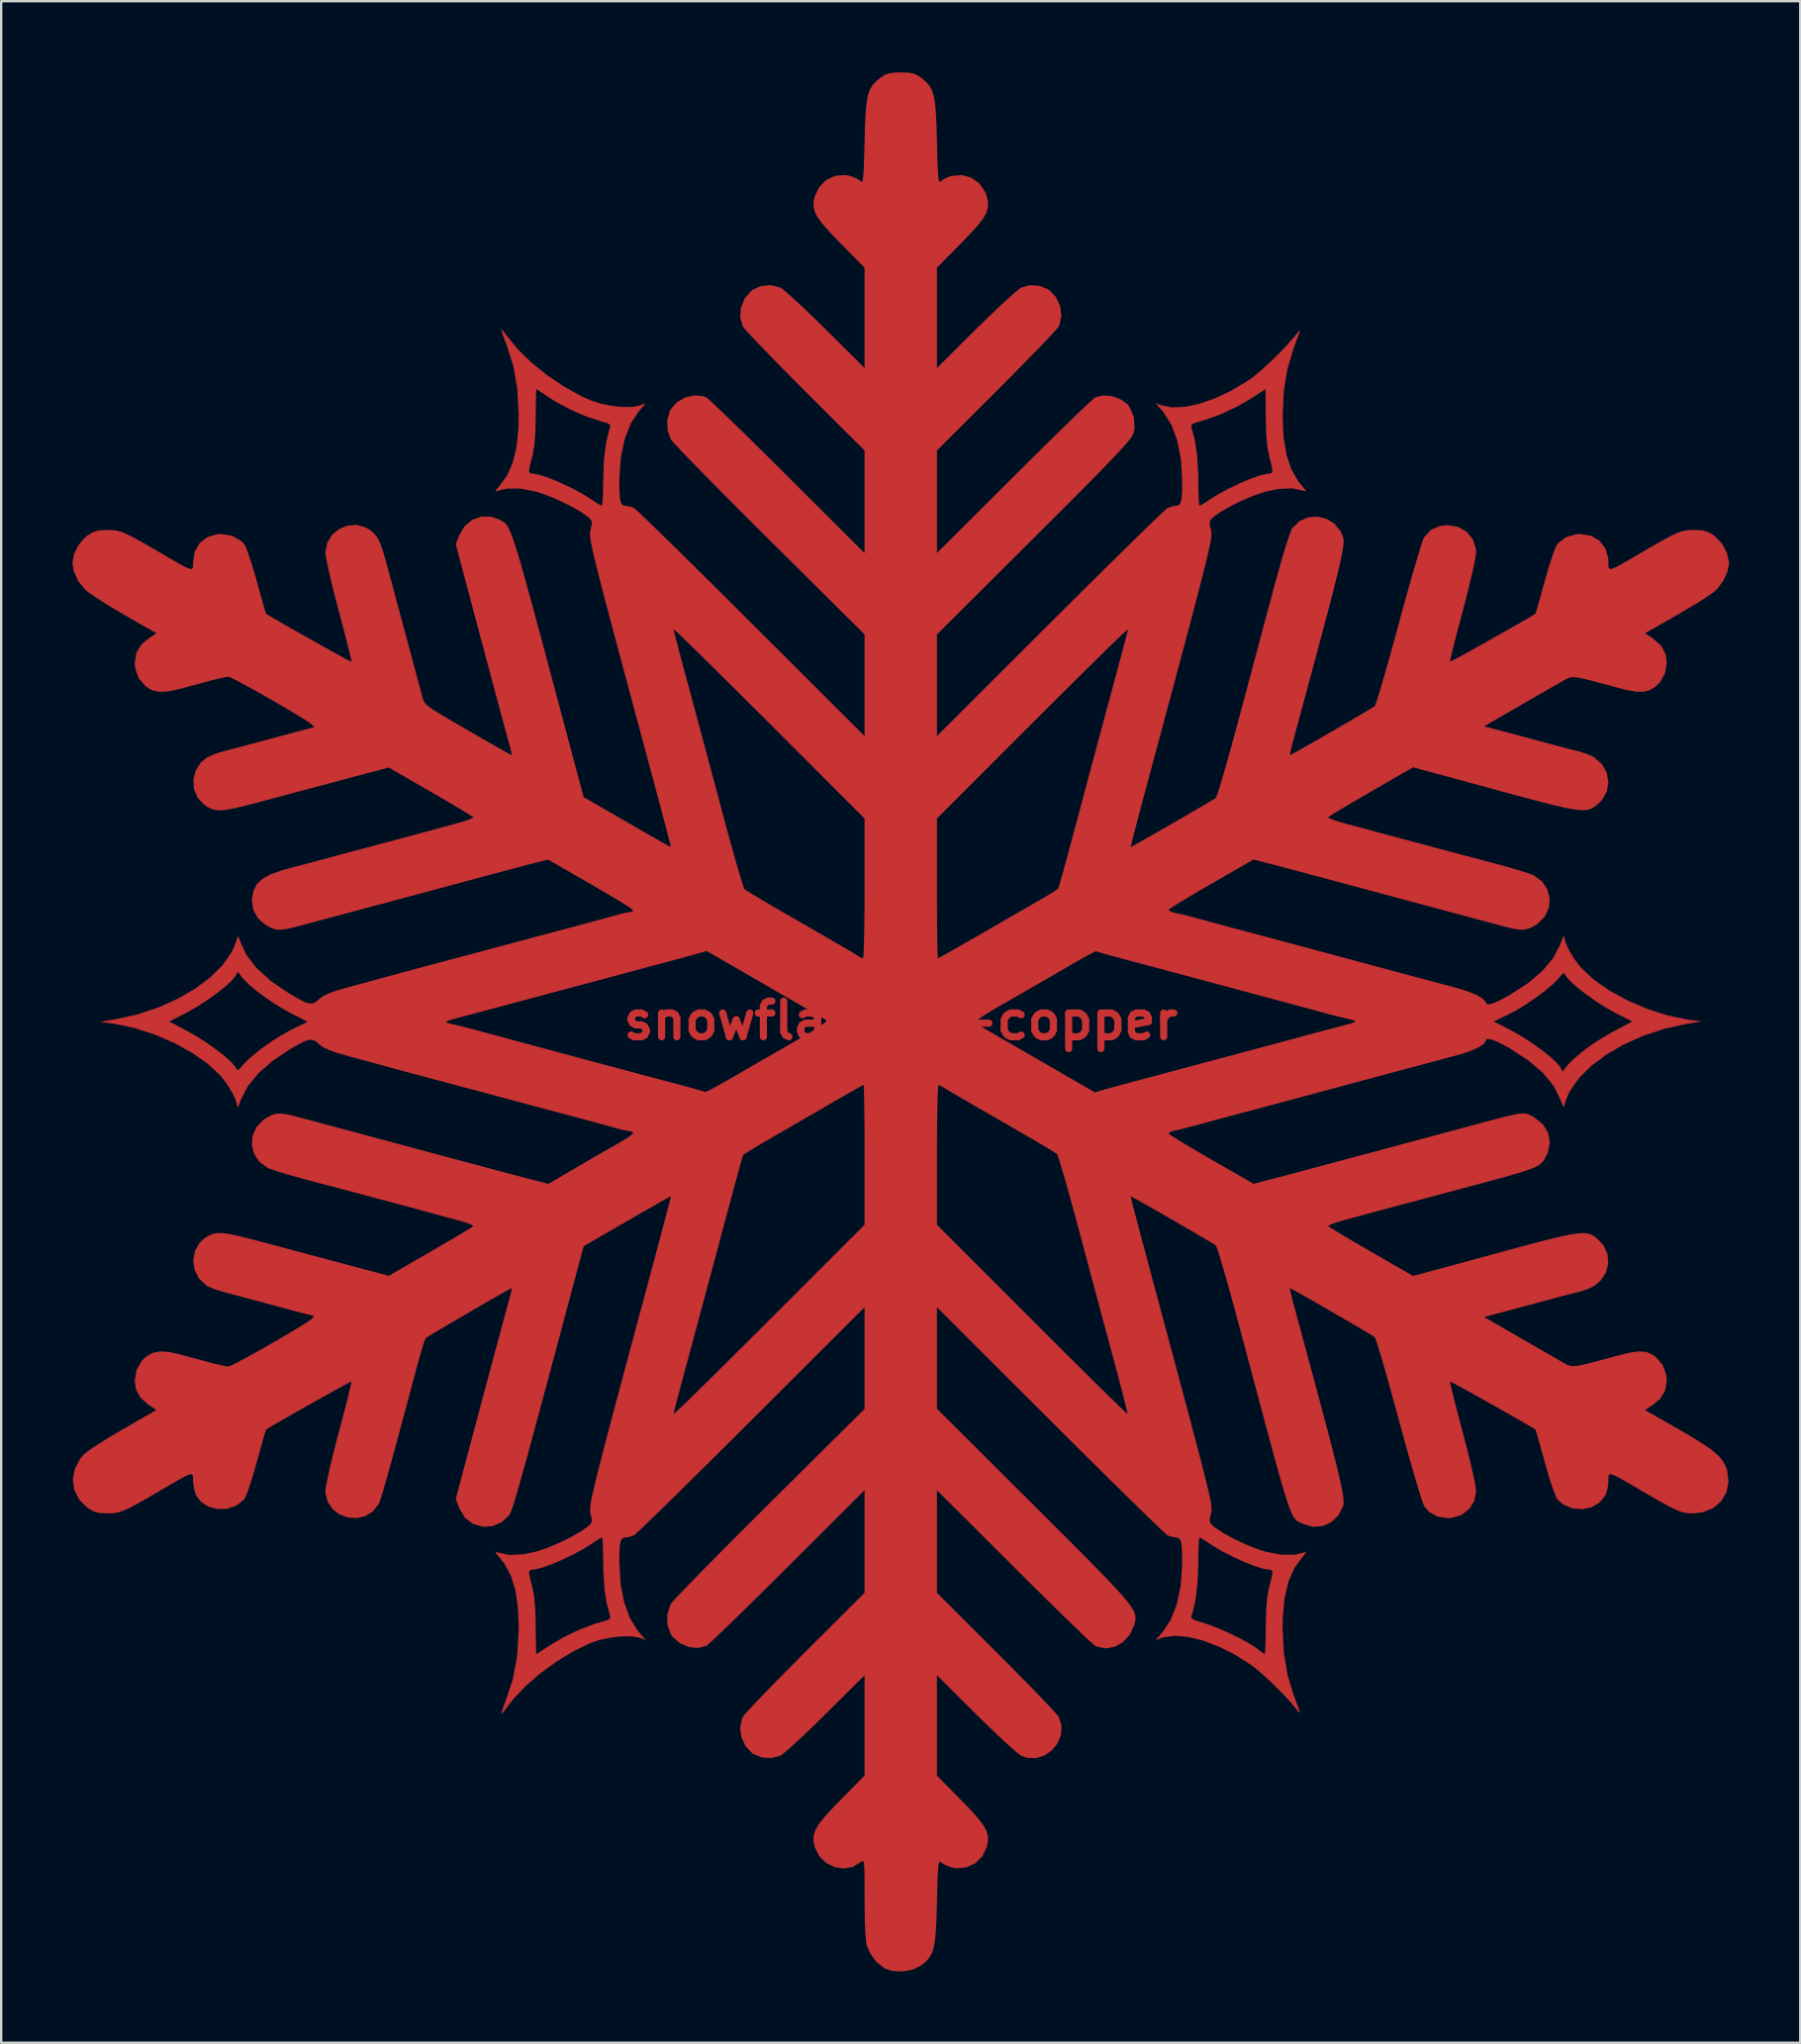
<source format=kicad_pcb>
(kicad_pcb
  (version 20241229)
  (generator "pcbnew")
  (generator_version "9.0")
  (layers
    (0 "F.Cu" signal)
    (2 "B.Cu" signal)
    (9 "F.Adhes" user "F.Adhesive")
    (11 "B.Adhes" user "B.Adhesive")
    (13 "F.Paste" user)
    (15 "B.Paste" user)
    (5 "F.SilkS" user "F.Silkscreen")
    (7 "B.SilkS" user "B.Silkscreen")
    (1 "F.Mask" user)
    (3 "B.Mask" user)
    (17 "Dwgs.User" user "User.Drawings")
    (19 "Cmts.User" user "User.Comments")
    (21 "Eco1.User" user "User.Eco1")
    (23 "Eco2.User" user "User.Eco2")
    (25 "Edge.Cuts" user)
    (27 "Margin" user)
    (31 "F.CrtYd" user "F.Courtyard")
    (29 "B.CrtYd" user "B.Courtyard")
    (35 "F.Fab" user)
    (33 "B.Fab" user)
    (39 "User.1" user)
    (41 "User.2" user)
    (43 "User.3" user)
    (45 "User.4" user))
  (footprint "snowflake01-copper"
    (layer "F.Cu")
    (at 34.883 39.92)
    (property "Reference" "snowflake01-copper" (at 0 0 0) (layer "F.Cu") (effects (font (size 1.5 1.5) (thickness 0.3))))
    (attr board_only exclude_from_pos_files exclude_from_bom)
    (fp_poly (pts (xy 0.332 -39.91) (xy 0.561 -39.866) (xy 0.75 -39.773) (xy 0.863 -39.692) (xy 1.049 -39.538) (xy 1.195 -39.379) (xy 1.305 -39.191) (xy 1.385 -38.952) (xy 1.441 -38.637) (xy 1.479 -38.223) (xy 1.505 -37.687) (xy 1.524 -37.007) (xy 1.539 -36.406) (xy 1.555 -35.955) (xy 1.572 -35.639) (xy 1.592 -35.437) (xy 1.618 -35.333) (xy 1.65 -35.309) (xy 1.682 -35.334) (xy 1.837 -35.447) (xy 2.073 -35.547) (xy 2.127 -35.563) (xy 2.566 -35.601) (xy 2.972 -35.489) (xy 3.313 -35.245) (xy 3.556 -34.887) (xy 3.626 -34.692) (xy 3.674 -34.448) (xy 3.669 -34.224) (xy 3.598 -33.995) (xy 3.448 -33.74) (xy 3.206 -33.435) (xy 2.86 -33.058) (xy 2.531 -32.72) (xy 1.524 -31.699) (xy 1.524 -29.588) (xy 1.524 -27.476) (xy 3.154 -29.097) (xy 3.599 -29.534) (xy 4.019 -29.937) (xy 4.396 -30.29) (xy 4.71 -30.573) (xy 4.943 -30.77) (xy 5.073 -30.862) (xy 5.446 -30.963) (xy 5.85 -30.935) (xy 6.215 -30.785) (xy 6.258 -30.755) (xy 6.537 -30.459) (xy 6.71 -30.085) (xy 6.764 -29.682) (xy 6.687 -29.301) (xy 6.652 -29.227) (xy 6.567 -29.119) (xy 6.375 -28.906) (xy 6.089 -28.602) (xy 5.723 -28.22) (xy 5.289 -27.775) (xy 4.802 -27.279) (xy 4.274 -26.748) (xy 4.027 -26.501) (xy 1.524 -24.004) (xy 1.524 -21.845) (xy 1.524 -19.686) (xy 4.763 -22.915) (xy 5.379 -23.528) (xy 5.964 -24.107) (xy 6.506 -24.64) (xy 6.993 -25.115) (xy 7.412 -25.521) (xy 7.754 -25.848) (xy 8.004 -26.082) (xy 8.153 -26.214) (xy 8.186 -26.238) (xy 8.516 -26.321) (xy 8.893 -26.292) (xy 9.255 -26.166) (xy 9.542 -25.959) (xy 9.619 -25.863) (xy 9.814 -25.425) (xy 9.85 -24.965) (xy 9.814 -24.77) (xy 9.784 -24.689) (xy 9.727 -24.588) (xy 9.633 -24.458) (xy 9.496 -24.29) (xy 9.306 -24.076) (xy 9.055 -23.805) (xy 8.735 -23.471) (xy 8.338 -23.063) (xy 7.855 -22.573) (xy 7.278 -21.993) (xy 6.599 -21.314) (xy 5.809 -20.526) (xy 5.625 -20.342) (xy 1.524 -16.258) (xy 1.524 -14.12) (xy 1.524 -11.981) (xy 6.287 -16.734) (xy 7.035 -17.48) (xy 7.752 -18.193) (xy 8.428 -18.862) (xy 9.053 -19.479) (xy 9.619 -20.035) (xy 10.115 -20.52) (xy 10.533 -20.926) (xy 10.862 -21.242) (xy 11.094 -21.46) (xy 11.218 -21.57) (xy 11.234 -21.581) (xy 11.451 -21.656) (xy 11.585 -21.675) (xy 11.699 -21.696) (xy 11.776 -21.779) (xy 11.822 -21.949) (xy 11.846 -22.233) (xy 11.852 -22.656) (xy 11.852 -22.719) (xy 11.799 -23.617) (xy 11.648 -24.408) (xy 11.435 -24.987) (xy 12.235 -24.987) (xy 12.382 -24.466) (xy 12.48 -23.805) (xy 12.526 -23.026) (xy 12.529 -22.754) (xy 12.533 -22.349) (xy 12.544 -22.013) (xy 12.558 -21.778) (xy 12.576 -21.677) (xy 12.579 -21.675) (xy 12.67 -21.719) (xy 12.852 -21.832) (xy 12.987 -21.922) (xy 13.366 -22.16) (xy 13.807 -22.398) (xy 14.27 -22.619) (xy 14.717 -22.808) (xy 15.113 -22.948) (xy 15.417 -23.022) (xy 15.507 -23.029) (xy 15.604 -23.042) (xy 15.649 -23.1) (xy 15.644 -23.236) (xy 15.59 -23.48) (xy 15.521 -23.737) (xy 15.445 -24.113) (xy 15.397 -24.598) (xy 15.375 -25.216) (xy 15.373 -25.421) (xy 15.37 -25.843) (xy 15.367 -26.197) (xy 15.363 -26.452) (xy 15.359 -26.577) (xy 15.358 -26.585) (xy 15.289 -26.542) (xy 15.112 -26.428) (xy 14.861 -26.264) (xy 14.773 -26.206) (xy 14.188 -25.865) (xy 13.54 -25.558) (xy 12.901 -25.316) (xy 12.589 -25.226) (xy 12.343 -25.151) (xy 12.236 -25.076) (xy 12.235 -24.987) (xy 11.435 -24.987) (xy 11.4 -25.08) (xy 11.06 -25.62) (xy 11.008 -25.681) (xy 10.732 -25.996) (xy 10.959 -25.91) (xy 11.412 -25.818) (xy 11.957 -25.84) (xy 12.572 -25.969) (xy 13.231 -26.197) (xy 13.909 -26.516) (xy 14.583 -26.92) (xy 14.774 -27.052) (xy 15.093 -27.304) (xy 15.474 -27.647) (xy 15.877 -28.038) (xy 16.258 -28.434) (xy 16.574 -28.795) (xy 16.668 -28.914) (xy 16.781 -29.045) (xy 16.813 -29.04) (xy 16.801 -28.998) (xy 16.74 -28.832) (xy 16.642 -28.568) (xy 16.547 -28.313) (xy 16.285 -27.443) (xy 16.132 -26.507) (xy 16.082 -25.468) (xy 16.082 -25.452) (xy 16.121 -24.579) (xy 16.24 -23.842) (xy 16.443 -23.226) (xy 16.734 -22.714) (xy 16.92 -22.487) (xy 17.05 -22.336) (xy 17.066 -22.283) (xy 16.976 -22.307) (xy 16.495 -22.409) (xy 15.914 -22.387) (xy 15.361 -22.271) (xy 14.904 -22.119) (xy 14.399 -21.909) (xy 13.903 -21.666) (xy 13.47 -21.418) (xy 13.192 -21.224) (xy 13.052 -21.094) (xy 13.006 -20.97) (xy 13.035 -20.781) (xy 13.058 -20.692) (xy 13.072 -20.636) (xy 13.082 -20.575) (xy 13.085 -20.502) (xy 13.08 -20.407) (xy 13.065 -20.281) (xy 13.037 -20.117) (xy 12.993 -19.905) (xy 12.933 -19.638) (xy 12.854 -19.306) (xy 12.753 -18.901) (xy 12.629 -18.415) (xy 12.48 -17.838) (xy 12.302 -17.163) (xy 12.095 -16.38) (xy 11.856 -15.482) (xy 11.583 -14.459) (xy 11.273 -13.304) (xy 10.925 -12.007) (xy 10.536 -10.56) (xy 10.292 -9.652) (xy 10.132 -9.053) (xy 9.988 -8.51) (xy 9.866 -8.044) (xy 9.771 -7.675) (xy 9.708 -7.424) (xy 9.683 -7.311) (xy 9.683 -7.307) (xy 9.756 -7.344) (xy 9.95 -7.452) (xy 10.243 -7.617) (xy 10.609 -7.826) (xy 11.025 -8.064) (xy 11.465 -8.317) (xy 11.907 -8.572) (xy 12.325 -8.815) (xy 12.695 -9.031) (xy 12.993 -9.207) (xy 13.195 -9.328) (xy 13.266 -9.372) (xy 13.308 -9.466) (xy 13.389 -9.707) (xy 13.502 -10.076) (xy 13.643 -10.556) (xy 13.806 -11.13) (xy 13.987 -11.781) (xy 14.18 -12.49) (xy 14.27 -12.827) (xy 14.495 -13.667) (xy 14.731 -14.551) (xy 14.969 -15.443) (xy 15.201 -16.309) (xy 15.416 -17.114) (xy 15.606 -17.822) (xy 15.75 -18.364) (xy 15.912 -18.953) (xy 16.068 -19.497) (xy 16.212 -19.973) (xy 16.336 -20.355) (xy 16.432 -20.619) (xy 16.487 -20.735) (xy 16.795 -21.031) (xy 17.161 -21.191) (xy 17.551 -21.222) (xy 17.931 -21.129) (xy 18.267 -20.92) (xy 18.524 -20.599) (xy 18.628 -20.35) (xy 18.644 -20.273) (xy 18.65 -20.174) (xy 18.643 -20.043) (xy 18.62 -19.869) (xy 18.581 -19.643) (xy 18.52 -19.355) (xy 18.438 -18.995) (xy 18.33 -18.553) (xy 18.195 -18.019) (xy 18.03 -17.383) (xy 17.833 -16.635) (xy 17.601 -15.765) (xy 17.332 -14.764) (xy 17.023 -13.621) (xy 16.672 -12.326) (xy 16.607 -12.086) (xy 16.511 -11.723) (xy 16.437 -11.428) (xy 16.393 -11.236) (xy 16.386 -11.176) (xy 16.47 -11.217) (xy 16.675 -11.329) (xy 16.976 -11.498) (xy 17.349 -11.711) (xy 17.77 -11.952) (xy 18.213 -12.207) (xy 18.654 -12.463) (xy 19.068 -12.705) (xy 19.43 -12.918) (xy 19.716 -13.089) (xy 19.901 -13.203) (xy 19.959 -13.242) (xy 20.003 -13.342) (xy 20.085 -13.589) (xy 20.2 -13.963) (xy 20.343 -14.449) (xy 20.508 -15.027) (xy 20.691 -15.681) (xy 20.886 -16.392) (xy 20.978 -16.732) (xy 21.179 -17.47) (xy 21.372 -18.164) (xy 21.551 -18.794) (xy 21.711 -19.343) (xy 21.846 -19.791) (xy 21.952 -20.121) (xy 22.021 -20.313) (xy 22.039 -20.349) (xy 22.325 -20.657) (xy 22.694 -20.823) (xy 23.04 -20.861) (xy 23.475 -20.787) (xy 23.833 -20.581) (xy 24.09 -20.269) (xy 24.22 -19.875) (xy 24.23 -19.718) (xy 24.209 -19.535) (xy 24.148 -19.216) (xy 24.053 -18.787) (xy 23.931 -18.276) (xy 23.788 -17.709) (xy 23.666 -17.244) (xy 23.514 -16.675) (xy 23.38 -16.162) (xy 23.27 -15.727) (xy 23.188 -15.392) (xy 23.14 -15.179) (xy 23.131 -15.11) (xy 23.207 -15.144) (xy 23.405 -15.248) (xy 23.7 -15.409) (xy 24.069 -15.613) (xy 24.488 -15.846) (xy 24.93 -16.095) (xy 25.373 -16.345) (xy 25.792 -16.583) (xy 26.162 -16.795) (xy 26.458 -16.968) (xy 26.657 -17.087) (xy 26.731 -17.136) (xy 26.759 -17.22) (xy 26.823 -17.44) (xy 26.916 -17.769) (xy 27.031 -18.18) (xy 27.129 -18.535) (xy 27.264 -19.005) (xy 27.397 -19.428) (xy 27.516 -19.771) (xy 27.612 -20.004) (xy 27.66 -20.084) (xy 28.012 -20.351) (xy 28.448 -20.48) (xy 28.617 -20.489) (xy 29.065 -20.416) (xy 29.423 -20.209) (xy 29.673 -19.887) (xy 29.794 -19.471) (xy 29.802 -19.316) (xy 29.802 -19.168) (xy 29.813 -19.066) (xy 29.855 -19.015) (xy 29.947 -19.021) (xy 30.11 -19.089) (xy 30.362 -19.224) (xy 30.724 -19.432) (xy 31.183 -19.701) (xy 31.72 -20.013) (xy 32.135 -20.249) (xy 32.455 -20.419) (xy 32.704 -20.534) (xy 32.907 -20.605) (xy 33.089 -20.642) (xy 33.275 -20.657) (xy 33.427 -20.659) (xy 33.753 -20.642) (xy 33.992 -20.578) (xy 34.224 -20.442) (xy 34.265 -20.413) (xy 34.57 -20.105) (xy 34.786 -19.713) (xy 34.879 -19.3) (xy 34.881 -19.239) (xy 34.813 -18.893) (xy 34.639 -18.519) (xy 34.39 -18.183) (xy 34.281 -18.076) (xy 34.112 -17.95) (xy 33.826 -17.762) (xy 33.454 -17.53) (xy 33.026 -17.274) (xy 32.667 -17.065) (xy 31.343 -16.308) (xy 31.662 -16.101) (xy 32.012 -15.799) (xy 32.207 -15.44) (xy 32.258 -15.075) (xy 32.182 -14.615) (xy 31.96 -14.231) (xy 31.785 -14.064) (xy 31.552 -13.919) (xy 31.293 -13.848) (xy 30.974 -13.85) (xy 30.559 -13.923) (xy 30.225 -14.008) (xy 29.615 -14.174) (xy 29.146 -14.299) (xy 28.795 -14.386) (xy 28.539 -14.438) (xy 28.355 -14.459) (xy 28.219 -14.453) (xy 28.111 -14.423) (xy 28.005 -14.371) (xy 27.952 -14.342) (xy 27.786 -14.247) (xy 27.5 -14.083) (xy 27.123 -13.867) (xy 26.682 -13.612) (xy 26.204 -13.337) (xy 26.105 -13.279) (xy 24.566 -12.391) (xy 25.427 -12.164) (xy 25.901 -12.039) (xy 26.449 -11.892) (xy 26.985 -11.747) (xy 27.22 -11.683) (xy 27.639 -11.57) (xy 28.04 -11.464) (xy 28.37 -11.381) (xy 28.537 -11.341) (xy 28.843 -11.248) (xy 29.131 -11.124) (xy 29.194 -11.089) (xy 29.528 -10.799) (xy 29.73 -10.438) (xy 29.8 -10.042) (xy 29.734 -9.646) (xy 29.532 -9.284) (xy 29.283 -9.051) (xy 29.171 -8.975) (xy 29.059 -8.917) (xy 28.932 -8.877) (xy 28.777 -8.859) (xy 28.58 -8.865) (xy 28.324 -8.897) (xy 27.998 -8.959) (xy 27.586 -9.052) (xy 27.074 -9.18) (xy 26.448 -9.344) (xy 25.694 -9.547) (xy 24.798 -9.791) (xy 24.342 -9.916) (xy 24.023 -10.003) (xy 23.597 -10.119) (xy 23.121 -10.248) (xy 22.661 -10.372) (xy 21.574 -10.665) (xy 19.805 -9.644) (xy 19.31 -9.357) (xy 18.865 -9.096) (xy 18.492 -8.874) (xy 18.21 -8.702) (xy 18.04 -8.594) (xy 17.999 -8.563) (xy 18.058 -8.516) (xy 18.247 -8.442) (xy 18.531 -8.352) (xy 18.696 -8.306) (xy 19.115 -8.194) (xy 19.554 -8.076) (xy 19.928 -7.974) (xy 19.981 -7.96) (xy 20.338 -7.863) (xy 20.773 -7.747) (xy 21.198 -7.634) (xy 21.251 -7.62) (xy 21.669 -7.509) (xy 22.107 -7.391) (xy 22.48 -7.29) (xy 22.521 -7.279) (xy 22.778 -7.21) (xy 23.162 -7.107) (xy 23.637 -6.981) (xy 24.166 -6.842) (xy 24.712 -6.698) (xy 24.723 -6.695) (xy 25.247 -6.555) (xy 25.733 -6.418) (xy 26.149 -6.294) (xy 26.466 -6.192) (xy 26.652 -6.121) (xy 26.663 -6.116) (xy 27.014 -5.856) (xy 27.236 -5.518) (xy 27.328 -5.138) (xy 27.291 -4.749) (xy 27.124 -4.385) (xy 26.825 -4.08) (xy 26.704 -4.002) (xy 26.481 -3.888) (xy 26.278 -3.831) (xy 26.048 -3.829) (xy 25.746 -3.881) (xy 25.356 -3.979) (xy 24.934 -4.092) (xy 24.458 -4.22) (xy 24.067 -4.325) (xy 23.696 -4.424) (xy 23.19 -4.56) (xy 22.577 -4.724) (xy 21.884 -4.91) (xy 21.138 -5.111) (xy 20.367 -5.317) (xy 19.598 -5.524) (xy 18.86 -5.722) (xy 18.18 -5.904) (xy 17.585 -6.064) (xy 17.103 -6.193) (xy 16.806 -6.272) (xy 16.415 -6.376) (xy 15.958 -6.497) (xy 15.535 -6.607) (xy 15.535 -6.607) (xy 14.856 -6.782) (xy 13.079 -5.761) (xy 12.584 -5.473) (xy 12.14 -5.211) (xy 11.767 -4.987) (xy 11.486 -4.813) (xy 11.318 -4.701) (xy 11.279 -4.667) (xy 11.335 -4.605) (xy 11.504 -4.549) (xy 11.533 -4.544) (xy 11.757 -4.495) (xy 12.075 -4.416) (xy 12.404 -4.329) (xy 12.758 -4.233) (xy 13.201 -4.113) (xy 13.659 -3.99) (xy 13.843 -3.94) (xy 14.575 -3.745) (xy 15.179 -3.584) (xy 15.688 -3.448) (xy 16.139 -3.327) (xy 16.565 -3.213) (xy 17.002 -3.096) (xy 17.484 -2.966) (xy 18.046 -2.815) (xy 18.724 -2.633) (xy 18.754 -2.625) (xy 19.546 -2.412) (xy 20.202 -2.235) (xy 20.752 -2.087) (xy 21.224 -1.961) (xy 21.645 -1.848) (xy 22.044 -1.742) (xy 22.204 -1.699) (xy 22.61 -1.591) (xy 23.076 -1.466) (xy 23.488 -1.356) (xy 23.914 -1.222) (xy 24.265 -1.073) (xy 24.514 -0.924) (xy 24.632 -0.788) (xy 24.638 -0.756) (xy 24.703 -0.681) (xy 24.898 -0.713) (xy 25.222 -0.851) (xy 25.6 -1.055) (xy 26.389 -1.56) (xy 27.012 -2.084) (xy 27.47 -2.628) (xy 27.765 -3.193) (xy 27.783 -3.244) (xy 27.864 -3.455) (xy 27.92 -3.554) (xy 27.937 -3.534) (xy 27.995 -3.289) (xy 28.142 -2.967) (xy 28.354 -2.616) (xy 28.604 -2.283) (xy 28.664 -2.214) (xy 29.19 -1.725) (xy 29.849 -1.265) (xy 30.606 -0.851) (xy 31.425 -0.499) (xy 32.271 -0.226) (xy 33.108 -0.049) (xy 33.295 -0.023) (xy 33.74 0.03) (xy 33.062 0.143) (xy 32.151 0.346) (xy 31.275 0.636) (xy 30.457 1.001) (xy 29.718 1.429) (xy 29.078 1.906) (xy 28.56 2.421) (xy 28.185 2.959) (xy 28.12 3.087) (xy 28.013 3.341) (xy 27.947 3.552) (xy 27.937 3.619) (xy 27.912 3.63) (xy 27.85 3.508) (xy 27.783 3.329) (xy 27.502 2.761) (xy 27.059 2.216) (xy 26.451 1.691) (xy 25.677 1.183) (xy 25.6 1.139) (xy 25.168 0.91) (xy 24.862 0.786) (xy 24.686 0.77) (xy 24.638 0.841) (xy 24.56 0.97) (xy 24.345 1.117) (xy 24.022 1.266) (xy 23.621 1.404) (xy 23.509 1.435) (xy 23.079 1.55) (xy 22.601 1.678) (xy 22.225 1.778) (xy 21.818 1.887) (xy 21.405 1.997) (xy 20.956 2.117) (xy 20.444 2.255) (xy 19.838 2.418) (xy 19.11 2.613) (xy 18.754 2.709) (xy 18.206 2.857) (xy 17.666 3.002) (xy 17.175 3.134) (xy 16.771 3.242) (xy 16.51 3.312) (xy 16.276 3.375) (xy 16.052 3.435) (xy 15.812 3.499) (xy 15.528 3.575) (xy 15.174 3.67) (xy 14.723 3.79) (xy 14.147 3.944) (xy 13.843 4.025) (xy 13.402 4.143) (xy 12.944 4.267) (xy 12.542 4.376) (xy 12.404 4.414) (xy 12.063 4.504) (xy 11.748 4.582) (xy 11.533 4.628) (xy 11.352 4.682) (xy 11.278 4.744) (xy 11.279 4.752) (xy 11.356 4.812) (xy 11.56 4.944) (xy 11.87 5.135) (xy 12.267 5.372) (xy 12.729 5.643) (xy 13.081 5.846) (xy 14.858 6.868) (xy 15.536 6.694) (xy 15.959 6.584) (xy 16.416 6.464) (xy 16.806 6.359) (xy 17.16 6.263) (xy 17.604 6.144) (xy 18.061 6.022) (xy 18.246 5.972) (xy 18.626 5.871) (xy 18.983 5.775) (xy 19.345 5.678) (xy 19.741 5.572) (xy 20.198 5.449) (xy 20.745 5.302) (xy 21.41 5.123) (xy 21.886 4.995) (xy 22.43 4.849) (xy 22.962 4.706) (xy 23.443 4.577) (xy 23.835 4.471) (xy 24.088 4.404) (xy 24.735 4.23) (xy 25.241 4.096) (xy 25.627 4) (xy 25.915 3.938) (xy 26.126 3.908) (xy 26.284 3.908) (xy 26.409 3.934) (xy 26.525 3.985) (xy 26.652 4.057) (xy 26.704 4.087) (xy 27.053 4.372) (xy 27.266 4.734) (xy 27.334 5.141) (xy 27.247 5.562) (xy 27.199 5.667) (xy 27.13 5.799) (xy 27.06 5.91) (xy 26.972 6.007) (xy 26.849 6.097) (xy 26.677 6.186) (xy 26.437 6.28) (xy 26.114 6.386) (xy 25.691 6.51) (xy 25.152 6.66) (xy 24.481 6.841) (xy 23.749 7.036) (xy 23.336 7.147) (xy 22.899 7.264) (xy 22.529 7.364) (xy 22.521 7.366) (xy 22.164 7.462) (xy 21.73 7.578) (xy 21.305 7.691) (xy 21.251 7.705) (xy 20.834 7.815) (xy 20.395 7.933) (xy 20.023 8.033) (xy 19.981 8.044) (xy 19.628 8.14) (xy 19.195 8.257) (xy 18.766 8.372) (xy 18.696 8.391) (xy 18.377 8.483) (xy 18.137 8.567) (xy 18.009 8.629) (xy 17.999 8.648) (xy 18.08 8.705) (xy 18.287 8.834) (xy 18.6 9.023) (xy 18.998 9.259) (xy 19.461 9.529) (xy 19.805 9.729) (xy 21.574 10.749) (xy 22.661 10.456) (xy 23.134 10.329) (xy 23.61 10.2) (xy 24.033 10.085) (xy 24.342 10.001) (xy 25.307 9.737) (xy 26.124 9.515) (xy 26.806 9.334) (xy 27.368 9.19) (xy 27.823 9.082) (xy 28.187 9.006) (xy 28.472 8.961) (xy 28.694 8.943) (xy 28.867 8.951) (xy 29.004 8.981) (xy 29.121 9.031) (xy 29.231 9.099) (xy 29.283 9.135) (xy 29.591 9.447) (xy 29.761 9.819) (xy 29.796 10.219) (xy 29.696 10.61) (xy 29.463 10.957) (xy 29.194 11.173) (xy 28.934 11.298) (xy 28.621 11.404) (xy 28.537 11.425) (xy 28.294 11.484) (xy 27.941 11.575) (xy 27.531 11.683) (xy 27.22 11.767) (xy 26.724 11.903) (xy 26.17 12.051) (xy 25.649 12.191) (xy 25.427 12.249) (xy 24.566 12.475) (xy 26.105 13.364) (xy 26.586 13.642) (xy 27.037 13.902) (xy 27.43 14.128) (xy 27.736 14.303) (xy 27.929 14.413) (xy 27.952 14.426) (xy 28.064 14.486) (xy 28.168 14.527) (xy 28.288 14.545) (xy 28.448 14.536) (xy 28.668 14.498) (xy 28.974 14.427) (xy 29.387 14.32) (xy 29.929 14.174) (xy 30.225 14.093) (xy 30.72 13.974) (xy 31.097 13.925) (xy 31.391 13.949) (xy 31.636 14.047) (xy 31.785 14.149) (xy 32.082 14.485) (xy 32.236 14.907) (xy 32.258 15.159) (xy 32.188 15.581) (xy 31.971 15.931) (xy 31.662 16.186) (xy 31.344 16.392) (xy 32.741 17.192) (xy 33.347 17.546) (xy 33.819 17.842) (xy 34.176 18.094) (xy 34.435 18.318) (xy 34.615 18.53) (xy 34.735 18.745) (xy 34.8 18.93) (xy 34.86 19.419) (xy 34.77 19.862) (xy 34.547 20.238) (xy 34.208 20.525) (xy 33.772 20.699) (xy 33.377 20.743) (xy 33.19 20.739) (xy 33.018 20.717) (xy 32.836 20.669) (xy 32.622 20.582) (xy 32.35 20.448) (xy 31.997 20.254) (xy 31.538 19.99) (xy 31.185 19.785) (xy 30.702 19.503) (xy 30.347 19.299) (xy 30.1 19.168) (xy 29.941 19.103) (xy 29.852 19.099) (xy 29.812 19.151) (xy 29.802 19.252) (xy 29.803 19.384) (xy 29.77 19.68) (xy 29.689 19.953) (xy 29.672 19.989) (xy 29.427 20.293) (xy 29.09 20.488) (xy 28.7 20.57) (xy 28.296 20.536) (xy 27.918 20.382) (xy 27.66 20.168) (xy 27.587 20.032) (xy 27.483 19.763) (xy 27.358 19.393) (xy 27.223 18.953) (xy 27.129 18.619) (xy 27.003 18.163) (xy 26.892 17.769) (xy 26.805 17.463) (xy 26.749 17.272) (xy 26.731 17.221) (xy 26.64 17.161) (xy 26.43 17.036) (xy 26.124 16.858) (xy 25.748 16.642) (xy 25.325 16.402) (xy 24.881 16.152) (xy 24.44 15.904) (xy 24.026 15.673) (xy 23.664 15.474) (xy 23.377 15.318) (xy 23.192 15.221) (xy 23.131 15.194) (xy 23.144 15.281) (xy 23.196 15.509) (xy 23.281 15.857) (xy 23.395 16.302) (xy 23.531 16.822) (xy 23.666 17.328) (xy 23.821 17.92) (xy 23.96 18.477) (xy 24.076 18.973) (xy 24.164 19.38) (xy 24.217 19.672) (xy 24.23 19.803) (xy 24.153 20.221) (xy 23.938 20.565) (xy 23.613 20.812) (xy 23.203 20.935) (xy 23.04 20.945) (xy 22.597 20.881) (xy 22.249 20.681) (xy 22.039 20.434) (xy 21.986 20.305) (xy 21.895 20.032) (xy 21.772 19.632) (xy 21.622 19.124) (xy 21.45 18.526) (xy 21.263 17.857) (xy 21.065 17.136) (xy 20.978 16.817) (xy 20.779 16.085) (xy 20.59 15.403) (xy 20.416 14.788) (xy 20.262 14.258) (xy 20.134 13.83) (xy 20.036 13.523) (xy 19.974 13.354) (xy 19.959 13.327) (xy 19.866 13.265) (xy 19.654 13.136) (xy 19.346 12.954) (xy 18.969 12.732) (xy 18.546 12.485) (xy 18.102 12.228) (xy 17.663 11.975) (xy 17.252 11.739) (xy 16.894 11.536) (xy 16.614 11.38) (xy 16.437 11.284) (xy 16.386 11.261) (xy 16.396 11.337) (xy 16.444 11.543) (xy 16.521 11.848) (xy 16.607 12.171) (xy 16.965 13.493) (xy 17.281 14.661) (xy 17.557 15.686) (xy 17.795 16.578) (xy 17.998 17.346) (xy 18.169 18.001) (xy 18.309 18.552) (xy 18.421 19.009) (xy 18.508 19.383) (xy 18.572 19.683) (xy 18.615 19.919) (xy 18.64 20.101) (xy 18.65 20.239) (xy 18.646 20.343) (xy 18.631 20.423) (xy 18.628 20.435) (xy 18.433 20.825) (xy 18.135 21.112) (xy 17.766 21.279) (xy 17.363 21.312) (xy 16.964 21.197) (xy 16.873 21.155) (xy 16.793 21.12) (xy 16.721 21.082) (xy 16.653 21.032) (xy 16.588 20.959) (xy 16.52 20.854) (xy 16.448 20.707) (xy 16.368 20.508) (xy 16.277 20.249) (xy 16.172 19.917) (xy 16.049 19.506) (xy 15.906 19.003) (xy 15.739 18.4) (xy 15.545 17.687) (xy 15.321 16.853) (xy 15.064 15.89) (xy 14.77 14.788) (xy 14.436 13.537) (xy 14.27 12.912) (xy 14.073 12.182) (xy 13.886 11.502) (xy 13.715 10.891) (xy 13.563 10.366) (xy 13.437 9.944) (xy 13.341 9.643) (xy 13.281 9.481) (xy 13.266 9.457) (xy 13.141 9.38) (xy 12.904 9.239) (xy 12.579 9.048) (xy 12.19 8.821) (xy 11.762 8.573) (xy 11.318 8.317) (xy 10.883 8.067) (xy 10.481 7.837) (xy 10.136 7.641) (xy 9.873 7.494) (xy 9.716 7.408) (xy 9.682 7.392) (xy 9.7 7.475) (xy 9.757 7.702) (xy 9.848 8.057) (xy 9.969 8.52) (xy 10.115 9.073) (xy 10.282 9.699) (xy 10.462 10.372) (xy 10.862 11.86) (xy 11.22 13.194) (xy 11.539 14.382) (xy 11.82 15.432) (xy 12.067 16.355) (xy 12.28 17.158) (xy 12.463 17.851) (xy 12.617 18.442) (xy 12.745 18.94) (xy 12.849 19.354) (xy 12.931 19.693) (xy 12.993 19.965) (xy 13.038 20.18) (xy 13.068 20.346) (xy 13.084 20.473) (xy 13.09 20.568) (xy 13.087 20.641) (xy 13.078 20.701) (xy 13.064 20.756) (xy 13.058 20.776) (xy 13.008 21.003) (xy 13.027 21.141) (xy 13.135 21.261) (xy 13.192 21.308) (xy 13.53 21.541) (xy 13.977 21.789) (xy 14.478 22.029) (xy 14.979 22.232) (xy 15.361 22.356) (xy 16.015 22.483) (xy 16.58 22.486) (xy 16.976 22.392) (xy 17.066 22.368) (xy 17.049 22.422) (xy 16.92 22.572) (xy 16.579 23.041) (xy 16.329 23.609) (xy 16.167 24.292) (xy 16.089 25.104) (xy 16.079 25.527) (xy 16.13 26.597) (xy 16.293 27.566) (xy 16.547 28.397) (xy 16.658 28.694) (xy 16.752 28.948) (xy 16.801 29.083) (xy 16.805 29.144) (xy 16.724 29.068) (xy 16.668 28.998) (xy 16.39 28.665) (xy 16.029 28.279) (xy 15.629 27.881) (xy 15.234 27.515) (xy 14.885 27.223) (xy 14.774 27.14) (xy 14.104 26.71) (xy 13.422 26.364) (xy 12.754 26.109) (xy 12.124 25.951) (xy 11.556 25.898) (xy 11.074 25.957) (xy 10.959 25.995) (xy 10.732 26.081) (xy 11.008 25.766) (xy 11.36 25.244) (xy 11.43 25.068) (xy 12.237 25.068) (xy 12.243 25.152) (xy 12.352 25.227) (xy 12.59 25.31) (xy 12.718 25.346) (xy 13.079 25.466) (xy 13.512 25.642) (xy 13.971 25.851) (xy 14.408 26.072) (xy 14.777 26.281) (xy 15.028 26.454) (xy 15.201 26.589) (xy 15.312 26.663) (xy 15.325 26.667) (xy 15.34 26.589) (xy 15.354 26.371) (xy 15.365 26.045) (xy 15.372 25.642) (xy 15.373 25.506) (xy 15.388 24.844) (xy 15.429 24.324) (xy 15.496 23.92) (xy 15.521 23.821) (xy 15.61 23.481) (xy 15.651 23.271) (xy 15.641 23.161) (xy 15.581 23.12) (xy 15.507 23.114) (xy 15.251 23.072) (xy 14.888 22.957) (xy 14.458 22.787) (xy 13.996 22.576) (xy 13.542 22.343) (xy 13.133 22.103) (xy 12.987 22.007) (xy 12.774 21.866) (xy 12.622 21.777) (xy 12.579 21.759) (xy 12.561 21.839) (xy 12.545 22.056) (xy 12.535 22.378) (xy 12.53 22.775) (xy 12.529 22.839) (xy 12.501 23.643) (xy 12.422 24.34) (xy 12.293 24.905) (xy 12.237 25.068) (xy 11.43 25.068) (xy 11.62 24.589) (xy 11.785 23.813) (xy 11.851 22.928) (xy 11.852 22.803) (xy 11.847 22.361) (xy 11.826 22.062) (xy 11.783 21.88) (xy 11.71 21.787) (xy 11.601 21.76) (xy 11.585 21.759) (xy 11.376 21.721) (xy 11.234 21.666) (xy 11.146 21.593) (xy 10.948 21.409) (xy 10.65 21.123) (xy 10.26 20.746) (xy 9.788 20.285) (xy 9.244 19.751) (xy 8.637 19.153) (xy 7.976 18.499) (xy 7.271 17.8) (xy 6.532 17.064) (xy 6.287 16.819) (xy 1.524 12.066) (xy 1.524 14.201) (xy 1.524 16.337) (xy 5.624 20.424) (xy 6.454 21.252) (xy 7.172 21.969) (xy 7.786 22.586) (xy 8.303 23.111) (xy 8.731 23.553) (xy 9.078 23.922) (xy 9.351 24.226) (xy 9.559 24.477) (xy 9.709 24.681) (xy 9.809 24.85) (xy 9.866 24.991) (xy 9.888 25.115) (xy 9.884 25.23) (xy 9.86 25.346) (xy 9.829 25.457) (xy 9.643 25.857) (xy 9.36 26.164) (xy 9.012 26.36) (xy 8.632 26.429) (xy 8.252 26.353) (xy 8.186 26.322) (xy 8.092 26.246) (xy 7.891 26.061) (xy 7.593 25.779) (xy 7.211 25.412) (xy 6.756 24.969) (xy 6.241 24.464) (xy 5.676 23.907) (xy 5.073 23.309) (xy 4.763 23) (xy 1.524 19.77) (xy 1.524 21.93) (xy 1.524 24.089) (xy 4.027 26.586) (xy 4.569 27.129) (xy 5.076 27.642) (xy 5.535 28.111) (xy 5.933 28.523) (xy 6.257 28.864) (xy 6.493 29.12) (xy 6.628 29.277) (xy 6.652 29.312) (xy 6.772 29.693) (xy 6.748 30.071) (xy 6.606 30.42) (xy 6.368 30.716) (xy 6.059 30.934) (xy 5.702 31.048) (xy 5.322 31.035) (xy 5.073 30.947) (xy 4.936 30.849) (xy 4.7 30.649) (xy 4.383 30.363) (xy 4.005 30.008) (xy 3.583 29.603) (xy 3.154 29.181) (xy 1.524 27.561) (xy 1.524 29.672) (xy 1.524 31.784) (xy 2.531 32.804) (xy 2.962 33.25) (xy 3.279 33.606) (xy 3.495 33.896) (xy 3.623 34.142) (xy 3.676 34.367) (xy 3.666 34.594) (xy 3.626 34.777) (xy 3.438 35.179) (xy 3.137 35.477) (xy 2.757 35.652) (xy 2.329 35.685) (xy 2.127 35.647) (xy 1.884 35.556) (xy 1.705 35.442) (xy 1.682 35.419) (xy 1.643 35.393) (xy 1.612 35.432) (xy 1.588 35.554) (xy 1.568 35.778) (xy 1.552 36.12) (xy 1.536 36.599) (xy 1.524 37.092) (xy 1.505 37.774) (xy 1.479 38.31) (xy 1.441 38.723) (xy 1.385 39.038) (xy 1.305 39.277) (xy 1.195 39.464) (xy 1.05 39.622) (xy 0.869 39.772) (xy 0.516 39.949) (xy 0.09 40.032) (xy -0.341 40.012) (xy -0.662 39.91) (xy -1.002 39.653) (xy -1.282 39.279) (xy -1.428 38.955) (xy -1.463 38.757) (xy -1.492 38.41) (xy -1.512 37.933) (xy -1.522 37.344) (xy -1.524 36.974) (xy -1.525 36.4) (xy -1.528 35.975) (xy -1.535 35.68) (xy -1.549 35.494) (xy -1.572 35.398) (xy -1.605 35.372) (xy -1.651 35.396) (xy -1.683 35.424) (xy -2.024 35.63) (xy -2.406 35.696) (xy -2.791 35.635) (xy -3.146 35.458) (xy -3.433 35.176) (xy -3.619 34.803) (xy -3.626 34.777) (xy -3.674 34.533) (xy -3.669 34.309) (xy -3.598 34.08) (xy -3.448 33.825) (xy -3.206 33.52) (xy -2.86 33.143) (xy -2.531 32.804) (xy -1.524 31.784) (xy -1.524 29.672) (xy -1.524 27.561) (xy -3.154 29.181) (xy -3.599 29.619) (xy -4.019 30.022) (xy -4.396 30.374) (xy -4.71 30.658) (xy -4.943 30.855) (xy -5.073 30.947) (xy -5.446 31.047) (xy -5.85 31.019) (xy -6.215 30.869) (xy -6.258 30.84) (xy -6.537 30.544) (xy -6.71 30.169) (xy -6.764 29.766) (xy -6.687 29.385) (xy -6.652 29.312) (xy -6.567 29.204) (xy -6.375 28.991) (xy -6.089 28.686) (xy -5.723 28.305) (xy -5.289 27.859) (xy -4.802 27.364) (xy -4.274 26.833) (xy -4.027 26.586) (xy -1.524 24.089) (xy -1.524 21.93) (xy -1.524 19.77) (xy -4.763 23) (xy -5.379 23.613) (xy -5.964 24.192) (xy -6.506 24.724) (xy -6.993 25.2) (xy -7.412 25.606) (xy -7.754 25.932) (xy -8.004 26.167) (xy -8.153 26.299) (xy -8.186 26.322) (xy -8.539 26.413) (xy -8.924 26.372) (xy -9.292 26.215) (xy -9.592 25.959) (xy -9.687 25.824) (xy -9.825 25.435) (xy -9.832 25.008) (xy -9.709 24.608) (xy -9.671 24.542) (xy -9.581 24.433) (xy -9.381 24.217) (xy -9.082 23.903) (xy -8.693 23.502) (xy -8.226 23.026) (xy -7.691 22.484) (xy -7.099 21.888) (xy -6.46 21.248) (xy -5.784 20.575) (xy -5.508 20.3) (xy -1.524 16.348) (xy -1.524 14.207) (xy -1.524 12.066) (xy -6.287 16.819) (xy -7.035 17.565) (xy -7.752 18.277) (xy -8.428 18.947) (xy -9.053 19.564) (xy -9.619 20.12) (xy -10.115 20.605) (xy -10.533 21.01) (xy -10.862 21.327) (xy -11.094 21.545) (xy -11.218 21.655) (xy -11.234 21.666) (xy -11.451 21.741) (xy -11.585 21.759) (xy -11.699 21.781) (xy -11.776 21.864) (xy -11.822 22.034) (xy -11.846 22.318) (xy -11.852 22.741) (xy -11.852 22.803) (xy -11.8 23.697) (xy -11.65 24.485) (xy -11.405 25.154) (xy -11.07 25.693) (xy -11.012 25.762) (xy -10.739 26.073) (xy -11.009 25.979) (xy -11.328 25.923) (xy -11.75 25.923) (xy -12.22 25.976) (xy -12.685 26.074) (xy -13.027 26.187) (xy -13.739 26.525) (xy -14.46 26.958) (xy -15.153 27.459) (xy -15.779 27.997) (xy -16.301 28.545) (xy -16.551 28.869) (xy -16.693 29.061) (xy -16.793 29.171) (xy -16.819 29.183) (xy -16.804 29.097) (xy -16.738 28.896) (xy -16.634 28.626) (xy -16.63 28.616) (xy -16.334 27.714) (xy -16.155 26.742) (xy -16.089 25.672) (xy -16.088 25.566) (xy -16.122 24.706) (xy -16.228 23.983) (xy -16.413 23.378) (xy -16.516 23.185) (xy -15.649 23.185) (xy -15.644 23.321) (xy -15.59 23.565) (xy -15.521 23.821) (xy -15.445 24.198) (xy -15.397 24.682) (xy -15.375 25.301) (xy -15.373 25.506) (xy -15.369 25.928) (xy -15.364 26.281) (xy -15.357 26.536) (xy -15.35 26.662) (xy -15.348 26.67) (xy -15.274 26.626) (xy -15.094 26.51) (xy -14.844 26.345) (xy -14.766 26.293) (xy -14.191 25.953) (xy -13.543 25.644) (xy -12.899 25.4) (xy -12.589 25.311) (xy -12.343 25.235) (xy -12.236 25.16) (xy -12.235 25.071) (xy -12.382 24.551) (xy -12.48 23.89) (xy -12.526 23.111) (xy -12.529 22.839) (xy -12.533 22.434) (xy -12.544 22.098) (xy -12.558 21.863) (xy -12.576 21.761) (xy -12.579 21.759) (xy -12.67 21.803) (xy -12.852 21.916) (xy -12.987 22.007) (xy -13.366 22.244) (xy -13.807 22.482) (xy -14.27 22.704) (xy -14.717 22.893) (xy -15.113 23.033) (xy -15.417 23.107) (xy -15.507 23.114) (xy -15.604 23.127) (xy -15.649 23.185) (xy -16.516 23.185) (xy -16.682 22.873) (xy -16.92 22.572) (xy -17.05 22.421) (xy -17.066 22.368) (xy -16.976 22.392) (xy -16.495 22.494) (xy -15.914 22.471) (xy -15.361 22.356) (xy -14.904 22.204) (xy -14.399 21.993) (xy -13.903 21.751) (xy -13.47 21.503) (xy -13.192 21.308) (xy -13.052 21.179) (xy -13.006 21.055) (xy -13.035 20.866) (xy -13.058 20.776) (xy -13.072 20.72) (xy -13.082 20.66) (xy -13.085 20.586) (xy -13.08 20.491) (xy -13.065 20.366) (xy -13.037 20.202) (xy -12.993 19.99) (xy -12.933 19.723) (xy -12.854 19.391) (xy -12.753 18.986) (xy -12.629 18.499) (xy -12.48 17.923) (xy -12.302 17.247) (xy -12.121 16.563) (xy -9.567 16.563) (xy -9.509 16.517) (xy -9.341 16.361) (xy -9.073 16.104) (xy -8.715 15.756) (xy -8.277 15.326) (xy -7.767 14.824) (xy -7.197 14.26) (xy -6.575 13.642) (xy -5.912 12.981) (xy -5.546 12.615) (xy -1.524 8.594) (xy -1.524 8.593) (xy 1.524 8.593) (xy 5.521 12.59) (xy 6.201 13.27) (xy 6.845 13.912) (xy 7.445 14.507) (xy 7.988 15.046) (xy 8.467 15.517) (xy 8.87 15.913) (xy 9.189 16.223) (xy 9.412 16.437) (xy 9.531 16.546) (xy 9.548 16.558) (xy 9.534 16.472) (xy 9.482 16.243) (xy 9.395 15.895) (xy 9.28 15.448) (xy 9.142 14.923) (xy 8.986 14.343) (xy 8.985 14.339) (xy 8.819 13.725) (xy 8.62 12.985) (xy 8.397 12.157) (xy 8.161 11.277) (xy 7.922 10.384) (xy 7.69 9.516) (xy 7.535 8.932) (xy 7.343 8.22) (xy 7.161 7.557) (xy 6.995 6.962) (xy 6.848 6.453) (xy 6.728 6.049) (xy 6.638 5.767) (xy 6.585 5.626) (xy 6.577 5.615) (xy 6.481 5.549) (xy 6.256 5.411) (xy 5.922 5.211) (xy 5.498 4.962) (xy 5.002 4.673) (xy 4.454 4.356) (xy 4.236 4.231) (xy 3.669 3.905) (xy 3.143 3.602) (xy 2.679 3.333) (xy 2.296 3.11) (xy 2.013 2.943) (xy 1.85 2.845) (xy 1.825 2.828) (xy 1.669 2.736) (xy 1.59 2.709) (xy 1.574 2.791) (xy 1.56 3.022) (xy 1.548 3.385) (xy 1.538 3.859) (xy 1.53 4.425) (xy 1.525 5.065) (xy 1.524 5.651) (xy 1.524 8.593) (xy -1.524 8.593) (xy -1.524 5.652) (xy -1.525 4.965) (xy -1.529 4.335) (xy -1.534 3.781) (xy -1.541 3.323) (xy -1.549 2.979) (xy -1.558 2.768) (xy -1.567 2.709) (xy -1.65 2.75) (xy -1.855 2.862) (xy -2.158 3.033) (xy -2.534 3.248) (xy -2.9 3.46) (xy -3.445 3.777) (xy -4.058 4.132) (xy -4.674 4.488) (xy -5.229 4.809) (xy -5.396 4.905) (xy -5.802 5.141) (xy -6.154 5.35) (xy -6.428 5.518) (xy -6.597 5.627) (xy -6.639 5.661) (xy -6.669 5.754) (xy -6.737 5.993) (xy -6.839 6.359) (xy -6.969 6.836) (xy -7.123 7.404) (xy -7.296 8.046) (xy -7.483 8.744) (xy -7.535 8.936) (xy -7.755 9.764) (xy -7.99 10.641) (xy -8.229 11.53) (xy -8.461 12.395) (xy -8.677 13.197) (xy -8.866 13.9) (xy -8.979 14.319) (xy -9.136 14.9) (xy -9.277 15.428) (xy -9.396 15.88) (xy -9.489 16.235) (xy -9.547 16.47) (xy -9.567 16.563) (xy -12.121 16.563) (xy -12.095 16.465) (xy -11.856 15.567) (xy -11.583 14.544) (xy -11.273 13.388) (xy -10.925 12.091) (xy -10.536 10.644) (xy -10.292 9.737) (xy -10.132 9.138) (xy -9.988 8.595) (xy -9.865 8.129) (xy -9.77 7.761) (xy -9.706 7.51) (xy -9.681 7.398) (xy -9.681 7.394) (xy -9.754 7.431) (xy -9.955 7.542) (xy -10.262 7.715) (xy -10.656 7.94) (xy -11.118 8.205) (xy -11.525 8.439) (xy -13.355 9.498) (xy -14.003 11.924) (xy -14.378 13.327) (xy -14.712 14.575) (xy -15.007 15.677) (xy -15.267 16.642) (xy -15.494 17.48) (xy -15.69 18.199) (xy -15.858 18.808) (xy -16 19.317) (xy -16.119 19.734) (xy -16.217 20.069) (xy -16.297 20.33) (xy -16.362 20.527) (xy -16.413 20.667) (xy -16.454 20.762) (xy -16.487 20.819) (xy -16.488 20.82) (xy -16.8 21.112) (xy -17.195 21.282) (xy -17.582 21.31) (xy -18.014 21.189) (xy -18.352 20.93) (xy -18.586 20.539) (xy -18.592 20.523) (xy -18.74 20.135) (xy -17.698 16.229) (xy -17.483 15.424) (xy -17.277 14.653) (xy -17.084 13.934) (xy -16.91 13.286) (xy -16.76 12.728) (xy -16.638 12.279) (xy -16.55 11.957) (xy -16.505 11.792) (xy -16.432 11.522) (xy -16.389 11.331) (xy -16.385 11.261) (xy -16.467 11.301) (xy -16.671 11.414) (xy -16.971 11.584) (xy -17.344 11.798) (xy -17.765 12.041) (xy -18.21 12.3) (xy -18.654 12.559) (xy -19.073 12.804) (xy -19.442 13.022) (xy -19.737 13.199) (xy -19.933 13.319) (xy -20.006 13.368) (xy -20.05 13.47) (xy -20.128 13.705) (xy -20.229 14.043) (xy -20.344 14.453) (xy -20.398 14.655) (xy -20.705 15.804) (xy -20.972 16.798) (xy -21.201 17.647) (xy -21.395 18.361) (xy -21.557 18.948) (xy -21.69 19.42) (xy -21.795 19.784) (xy -21.877 20.051) (xy -21.936 20.23) (xy -21.977 20.33) (xy -21.979 20.334) (xy -22.227 20.66) (xy -22.548 20.861) (xy -22.91 20.944) (xy -23.282 20.918) (xy -23.631 20.79) (xy -23.926 20.567) (xy -24.136 20.257) (xy -24.229 19.867) (xy -24.23 19.803) (xy -24.209 19.62) (xy -24.148 19.3) (xy -24.053 18.872) (xy -23.931 18.361) (xy -23.788 17.794) (xy -23.666 17.328) (xy -23.514 16.76) (xy -23.38 16.247) (xy -23.27 15.812) (xy -23.188 15.477) (xy -23.14 15.264) (xy -23.131 15.194) (xy -23.207 15.228) (xy -23.405 15.333) (xy -23.7 15.494) (xy -24.069 15.698) (xy -24.488 15.931) (xy -24.93 16.179) (xy -25.373 16.43) (xy -25.792 16.668) (xy -26.162 16.88) (xy -26.458 17.052) (xy -26.657 17.171) (xy -26.731 17.221) (xy -26.759 17.305) (xy -26.823 17.524) (xy -26.916 17.854) (xy -27.031 18.265) (xy -27.129 18.619) (xy -27.264 19.09) (xy -27.397 19.513) (xy -27.516 19.856) (xy -27.612 20.088) (xy -27.66 20.168) (xy -27.988 20.422) (xy -28.373 20.552) (xy -28.778 20.563) (xy -29.161 20.459) (xy -29.483 20.243) (xy -29.672 19.989) (xy -29.758 19.733) (xy -29.802 19.432) (xy -29.803 19.384) (xy -29.802 19.242) (xy -29.814 19.145) (xy -29.857 19.097) (xy -29.951 19.106) (xy -30.116 19.176) (xy -30.372 19.313) (xy -30.737 19.523) (xy -31.185 19.785) (xy -31.721 20.097) (xy -32.137 20.332) (xy -32.456 20.502) (xy -32.704 20.618) (xy -32.905 20.689) (xy -33.084 20.727) (xy -33.266 20.741) (xy -33.427 20.743) (xy -33.753 20.727) (xy -33.992 20.663) (xy -34.224 20.527) (xy -34.265 20.498) (xy -34.605 20.157) (xy -34.806 19.749) (xy -34.864 19.305) (xy -34.778 18.855) (xy -34.547 18.431) (xy -34.401 18.262) (xy -34.243 18.134) (xy -33.966 17.942) (xy -33.598 17.706) (xy -33.17 17.444) (xy -32.739 17.192) (xy -31.344 16.392) (xy -31.662 16.186) (xy -32.012 15.883) (xy -32.207 15.524) (xy -32.258 15.159) (xy -32.182 14.699) (xy -31.96 14.315) (xy -31.785 14.149) (xy -31.512 13.989) (xy -31.198 13.924) (xy -30.808 13.951) (xy -30.394 14.043) (xy -29.971 14.156) (xy -29.495 14.284) (xy -29.106 14.388) (xy -28.779 14.471) (xy -28.505 14.532) (xy -28.333 14.562) (xy -28.314 14.563) (xy -28.205 14.522) (xy -27.972 14.406) (xy -27.637 14.228) (xy -27.22 14) (xy -26.744 13.731) (xy -26.366 13.514) (xy -25.787 13.176) (xy -25.345 12.912) (xy -25.029 12.714) (xy -24.828 12.573) (xy -24.729 12.483) (xy -24.722 12.435) (xy -24.744 12.425) (xy -24.905 12.387) (xy -25.184 12.315) (xy -25.535 12.222) (xy -25.76 12.162) (xy -26.331 12.007) (xy -26.938 11.844) (xy -27.534 11.684) (xy -28.074 11.54) (xy -28.513 11.424) (xy -28.632 11.393) (xy -28.923 11.298) (xy -29.181 11.183) (xy -29.25 11.143) (xy -29.557 10.853) (xy -29.739 10.49) (xy -29.796 10.094) (xy -29.726 9.703) (xy -29.528 9.355) (xy -29.317 9.161) (xy -29.142 9.05) (xy -28.969 8.976) (xy -28.771 8.941) (xy -28.524 8.948) (xy -28.202 8.996) (xy -27.781 9.089) (xy -27.236 9.228) (xy -26.906 9.316) (xy -26.374 9.458) (xy -25.869 9.593) (xy -25.425 9.712) (xy -25.076 9.805) (xy -24.855 9.864) (xy -24.85 9.866) (xy -24.58 9.938) (xy -24.207 10.037) (xy -23.793 10.148) (xy -23.58 10.205) (xy -23.14 10.322) (xy -22.684 10.444) (xy -22.285 10.55) (xy -22.146 10.586) (xy -21.56 10.741) (xy -19.798 9.725) (xy -19.304 9.438) (xy -18.861 9.178) (xy -18.488 8.956) (xy -18.207 8.785) (xy -18.039 8.678) (xy -17.999 8.648) (xy -18.058 8.601) (xy -18.247 8.526) (xy -18.531 8.437) (xy -18.696 8.391) (xy -19.115 8.278) (xy -19.554 8.159) (xy -19.928 8.057) (xy -19.981 8.043) (xy -20.339 7.945) (xy -20.832 7.812) (xy -21.433 7.651) (xy -22.113 7.47) (xy -22.843 7.275) (xy -23.596 7.076) (xy -24.342 6.878) (xy -24.913 6.728) (xy -25.408 6.594) (xy -25.866 6.463) (xy -26.253 6.345) (xy -26.536 6.251) (xy -26.663 6.199) (xy -27.013 5.941) (xy -27.235 5.606) (xy -27.328 5.227) (xy -27.292 4.838) (xy -27.127 4.474) (xy -26.83 4.169) (xy -26.704 4.087) (xy -26.484 3.974) (xy -26.284 3.917) (xy -26.058 3.913) (xy -25.761 3.963) (xy -25.349 4.066) (xy -25.335 4.07) (xy -24.846 4.2) (xy -24.378 4.326) (xy -23.896 4.455) (xy -23.362 4.599) (xy -22.741 4.765) (xy -21.998 4.965) (xy -21.886 4.995) (xy -21.135 5.197) (xy -20.519 5.363) (xy -20.011 5.5) (xy -19.581 5.615) (xy -19.202 5.717) (xy -18.845 5.812) (xy -18.482 5.909) (xy -18.246 5.972) (xy -17.805 6.09) (xy -17.347 6.212) (xy -16.945 6.32) (xy -16.806 6.357) (xy -16.417 6.46) (xy -15.961 6.58) (xy -15.535 6.691) (xy -15.526 6.694) (xy -14.838 6.872) (xy -13.621 6.16) (xy -13.16 5.891) (xy -12.701 5.626) (xy -12.284 5.386) (xy -11.952 5.197) (xy -11.832 5.13) (xy -11.489 4.924) (xy -11.302 4.776) (xy -11.272 4.687) (xy -11.4 4.657) (xy -11.4 4.657) (xy -11.549 4.634) (xy -11.803 4.575) (xy -12.098 4.496) (xy -12.378 4.417) (xy -12.777 4.308) (xy -13.252 4.179) (xy -13.759 4.043) (xy -14.012 3.976) (xy -14.594 3.821) (xy -15.238 3.649) (xy -15.876 3.479) (xy -16.436 3.329) (xy -16.552 3.298) (xy -17.034 3.169) (xy -17.625 3.01) (xy -18.27 2.838) (xy -18.917 2.666) (xy -19.389 2.54) (xy -19.935 2.394) (xy -20.464 2.253) (xy -20.94 2.125) (xy -21.326 2.02) (xy -21.586 1.949) (xy -21.59 1.948) (xy -21.895 1.864) (xy -22.307 1.752) (xy -22.77 1.627) (xy -23.188 1.514) (xy -23.683 1.374) (xy -24.041 1.252) (xy -24.293 1.136) (xy -24.469 1.015) (xy -24.494 0.992) (xy -24.644 0.867) (xy -24.783 0.806) (xy -24.945 0.813) (xy -25.163 0.896) (xy -25.469 1.059) (xy -25.739 1.216) (xy -26.47 1.706) (xy -27.062 2.228) (xy -27.505 2.773) (xy -27.79 3.331) (xy -27.82 3.42) (xy -27.885 3.596) (xy -27.927 3.648) (xy -27.934 3.619) (xy -27.996 3.368) (xy -28.147 3.043) (xy -28.361 2.69) (xy -28.613 2.357) (xy -28.664 2.299) (xy -29.19 1.81) (xy -29.849 1.35) (xy -30.606 0.935) (xy -31.425 0.583) (xy -32.271 0.31) (xy -33.108 0.133) (xy -33.295 0.108) (xy -33.74 0.055) (xy -33.634 0.037) (xy -30.804 0.037) (xy -30.037 0.443) (xy -29.617 0.683) (xy -29.188 0.96) (xy -28.782 1.251) (xy -28.43 1.53) (xy -28.164 1.776) (xy -28.017 1.962) (xy -27.949 2.069) (xy -27.884 2.072) (xy -27.777 1.957) (xy -27.716 1.879) (xy -27.556 1.711) (xy -27.302 1.484) (xy -26.998 1.235) (xy -26.855 1.126) (xy -26.478 0.863) (xy -26.06 0.602) (xy -25.676 0.387) (xy -25.587 0.343) (xy -24.987 0.057) (xy -19.151 0.057) (xy -19.108 0.09) (xy -18.98 0.124) (xy -18.838 0.156) (xy -18.529 0.23) (xy -18.146 0.328) (xy -17.822 0.414) (xy -17.516 0.498) (xy -17.093 0.612) (xy -16.583 0.75) (xy -16.015 0.903) (xy -15.418 1.064) (xy -14.822 1.225) (xy -14.256 1.377) (xy -13.748 1.514) (xy -13.328 1.627) (xy -13.025 1.708) (xy -12.912 1.738) (xy -12.614 1.817) (xy -12.233 1.919) (xy -11.849 2.021) (xy -11.832 2.026) (xy -10.867 2.284) (xy -9.981 2.52) (xy -9.102 2.754) (xy -8.748 2.85) (xy -8.461 2.931) (xy -8.276 2.987) (xy -8.227 3.006) (xy -8.148 2.975) (xy -7.948 2.871) (xy -7.651 2.708) (xy -7.281 2.499) (xy -6.957 2.313) (xy -6.432 2.009) (xy -5.821 1.656) (xy -5.189 1.292) (xy -4.597 0.951) (xy -4.369 0.821) (xy -3.856 0.521) (xy -3.486 0.293) (xy -3.25 0.129) (xy -3.177 0.06) (xy 3.14 0.06) (xy 3.142 0.107) (xy 3.241 0.165) (xy 3.469 0.298) (xy 3.808 0.494) (xy 4.238 0.744) (xy 4.744 1.036) (xy 5.305 1.361) (xy 5.715 1.598) (xy 8.17 3.017) (xy 8.678 2.873) (xy 9.012 2.781) (xy 9.428 2.668) (xy 9.844 2.556) (xy 9.906 2.54) (xy 10.324 2.429) (xy 10.762 2.313) (xy 11.135 2.213) (xy 11.176 2.201) (xy 11.542 2.103) (xy 11.979 1.985) (xy 12.394 1.874) (xy 12.404 1.872) (xy 13.453 1.592) (xy 14.348 1.352) (xy 15.1 1.151) (xy 15.719 0.985) (xy 16.215 0.852) (xy 16.597 0.748) (xy 16.679 0.726) (xy 17.133 0.603) (xy 17.643 0.467) (xy 18.102 0.345) (xy 18.119 0.341) (xy 18.582 0.219) (xy 18.898 0.133) (xy 19.082 0.073) (xy 19.147 0.033) (xy 24.975 0.033) (xy 25.728 0.422) (xy 26.133 0.651) (xy 26.554 0.921) (xy 26.961 1.21) (xy 27.32 1.493) (xy 27.599 1.745) (xy 27.767 1.943) (xy 27.78 1.965) (xy 27.878 2.147) (xy 28.04 1.924) (xy 28.184 1.765) (xy 28.418 1.546) (xy 28.694 1.311) (xy 28.744 1.271) (xy 29.074 1.03) (xy 29.484 0.763) (xy 29.904 0.515) (xy 30.045 0.439) (xy 30.804 0.037) (xy 30.081 -0.333) (xy 29.688 -0.553) (xy 29.274 -0.818) (xy 28.87 -1.102) (xy 28.509 -1.382) (xy 28.222 -1.634) (xy 28.044 -1.833) (xy 28.019 -1.872) (xy 27.951 -1.984) (xy 27.887 -1.99) (xy 27.782 -1.878) (xy 27.716 -1.794) (xy 27.487 -1.556) (xy 27.148 -1.269) (xy 26.739 -0.962) (xy 26.299 -0.665) (xy 25.87 -0.406) (xy 25.587 -0.259) (xy 24.975 0.033) (xy 19.147 0.033) (xy 19.15 0.031) (xy 19.117 -0.001) (xy 19 -0.035) (xy 18.838 -0.071) (xy 18.529 -0.146) (xy 18.146 -0.243) (xy 17.822 -0.33) (xy 17.586 -0.394) (xy 17.213 -0.495) (xy 16.729 -0.625) (xy 16.16 -0.779) (xy 15.533 -0.947) (xy 14.873 -1.125) (xy 14.209 -1.303) (xy 13.565 -1.477) (xy 12.968 -1.637) (xy 12.444 -1.777) (xy 12.02 -1.891) (xy 11.722 -1.971) (xy 11.642 -1.992) (xy 11.34 -2.072) (xy 10.958 -2.174) (xy 10.583 -2.274) (xy 10.207 -2.375) (xy 9.746 -2.498) (xy 9.278 -2.622) (xy 9.102 -2.669) (xy 8.748 -2.765) (xy 8.461 -2.846) (xy 8.276 -2.902) (xy 8.227 -2.922) (xy 8.148 -2.89) (xy 7.948 -2.786) (xy 7.651 -2.623) (xy 7.281 -2.414) (xy 6.957 -2.227) (xy 6.431 -1.922) (xy 5.821 -1.569) (xy 5.188 -1.204) (xy 4.596 -0.864) (xy 4.369 -0.734) (xy 3.856 -0.436) (xy 3.485 -0.207) (xy 3.25 -0.044) (xy 3.14 0.06) (xy -3.177 0.06) (xy -3.14 0.025) (xy -3.142 -0.022) (xy -3.241 -0.081) (xy -3.469 -0.213) (xy -3.808 -0.409) (xy -4.238 -0.659) (xy -4.744 -0.952) (xy -5.305 -1.276) (xy -5.715 -1.513) (xy -8.17 -2.932) (xy -8.678 -2.789) (xy -9.012 -2.696) (xy -9.428 -2.583) (xy -9.844 -2.472) (xy -9.906 -2.455) (xy -10.324 -2.344) (xy -10.762 -2.227) (xy -11.135 -2.126) (xy -11.176 -2.114) (xy -11.433 -2.045) (xy -11.816 -1.941) (xy -12.291 -1.814) (xy -12.819 -1.673) (xy -13.365 -1.527) (xy -13.377 -1.524) (xy -13.99 -1.361) (xy -14.65 -1.185) (xy -15.3 -1.011) (xy -15.886 -0.854) (xy -16.256 -0.755) (xy -16.758 -0.62) (xy -17.268 -0.484) (xy -17.733 -0.36) (xy -18.1 -0.262) (xy -18.161 -0.246) (xy -18.614 -0.126) (xy -18.92 -0.042) (xy -19.094 0.016) (xy -19.151 0.057) (xy -24.987 0.057) (xy -24.975 0.051) (xy -25.721 -0.334) (xy -26.182 -0.595) (xy -26.648 -0.897) (xy -27.082 -1.213) (xy -27.448 -1.517) (xy -27.709 -1.781) (xy -27.755 -1.84) (xy -27.918 -2.062) (xy -28.018 -1.876) (xy -28.165 -1.692) (xy -28.428 -1.449) (xy -28.774 -1.173) (xy -29.171 -0.887) (xy -29.588 -0.615) (xy -29.991 -0.381) (xy -30.081 -0.333) (xy -30.804 0.037) (xy -33.634 0.037) (xy -33.062 -0.058) (xy -32.151 -0.261) (xy -31.275 -0.551) (xy -30.457 -0.917) (xy -29.718 -1.344) (xy -29.078 -1.822) (xy -28.56 -2.336) (xy -28.185 -2.874) (xy -28.12 -3.002) (xy -28.013 -3.257) (xy -27.945 -3.467) (xy -27.934 -3.534) (xy -27.91 -3.555) (xy -27.855 -3.439) (xy -27.82 -3.336) (xy -27.556 -2.765) (xy -27.126 -2.211) (xy -26.535 -1.676) (xy -25.787 -1.164) (xy -25.751 -1.143) (xy -25.365 -0.918) (xy -25.09 -0.779) (xy -24.893 -0.719) (xy -24.741 -0.732) (xy -24.603 -0.813) (xy -24.494 -0.907) (xy -24.328 -1.031) (xy -24.091 -1.147) (xy -23.754 -1.267) (xy -23.286 -1.403) (xy -23.188 -1.429) (xy -22.727 -1.554) (xy -22.266 -1.678) (xy -21.862 -1.789) (xy -21.59 -1.863) (xy -21.333 -1.934) (xy -20.95 -2.037) (xy -20.475 -2.165) (xy -19.947 -2.307) (xy -19.4 -2.452) (xy -19.389 -2.455) (xy -18.78 -2.617) (xy -18.129 -2.791) (xy -17.491 -2.962) (xy -16.919 -3.115) (xy -16.552 -3.213) (xy -16.021 -3.355) (xy -15.396 -3.523) (xy -14.747 -3.696) (xy -14.144 -3.856) (xy -14.012 -3.891) (xy -13.506 -4.026) (xy -13.01 -4.16) (xy -12.567 -4.28) (xy -12.221 -4.376) (xy -12.098 -4.411) (xy -11.793 -4.493) (xy -11.538 -4.551) (xy -11.393 -4.572) (xy -11.283 -4.61) (xy -11.275 -4.655) (xy -11.353 -4.719) (xy -11.558 -4.854) (xy -11.87 -5.047) (xy -12.267 -5.286) (xy -12.73 -5.558) (xy -13.079 -5.761) (xy -14.856 -6.782) (xy -15.535 -6.607) (xy -15.958 -6.497) (xy -16.414 -6.376) (xy -16.806 -6.272) (xy -16.806 -6.272) (xy -17.141 -6.182) (xy -17.592 -6.061) (xy -18.137 -5.914) (xy -18.756 -5.748) (xy -19.426 -5.568) (xy -20.126 -5.38) (xy -20.836 -5.19) (xy -21.533 -5.003) (xy -22.196 -4.826) (xy -22.803 -4.663) (xy -23.334 -4.521) (xy -23.767 -4.405) (xy -24.08 -4.321) (xy -24.252 -4.275) (xy -24.257 -4.274) (xy -24.555 -4.194) (xy -24.936 -4.093) (xy -25.32 -3.99) (xy -25.335 -3.986) (xy -25.751 -3.881) (xy -26.05 -3.829) (xy -26.278 -3.831) (xy -26.478 -3.887) (xy -26.697 -3.998) (xy -26.704 -4.002) (xy -27.056 -4.29) (xy -27.267 -4.657) (xy -27.325 -5.085) (xy -27.319 -5.153) (xy -27.251 -5.487) (xy -27.109 -5.757) (xy -26.873 -5.977) (xy -26.521 -6.165) (xy -26.034 -6.336) (xy -25.654 -6.44) (xy -25.236 -6.549) (xy -24.797 -6.665) (xy -24.424 -6.766) (xy -24.384 -6.777) (xy -24.127 -6.847) (xy -23.744 -6.95) (xy -23.269 -7.078) (xy -22.74 -7.219) (xy -22.194 -7.364) (xy -22.183 -7.367) (xy -21.636 -7.512) (xy -21.107 -7.654) (xy -20.631 -7.781) (xy -20.245 -7.886) (xy -19.985 -7.956) (xy -19.981 -7.957) (xy -19.628 -8.054) (xy -19.195 -8.172) (xy -18.766 -8.287) (xy -18.696 -8.306) (xy -18.377 -8.399) (xy -18.137 -8.482) (xy -18.009 -8.544) (xy -17.999 -8.563) (xy -18.08 -8.62) (xy -18.287 -8.75) (xy -18.6 -8.938) (xy -18.998 -9.174) (xy -19.46 -9.444) (xy -19.798 -9.64) (xy -21.56 -10.657) (xy -22.146 -10.502) (xy -22.497 -10.409) (xy -22.938 -10.292) (xy -23.394 -10.17) (xy -23.58 -10.12) (xy -23.991 -10.01) (xy -24.393 -9.903) (xy -24.725 -9.814) (xy -24.85 -9.781) (xy -25.064 -9.724) (xy -25.409 -9.632) (xy -25.85 -9.514) (xy -26.353 -9.379) (xy -26.885 -9.237) (xy -26.906 -9.231) (xy -27.524 -9.069) (xy -28.004 -8.953) (xy -28.373 -8.882) (xy -28.654 -8.855) (xy -28.874 -8.869) (xy -29.056 -8.923) (xy -29.227 -9.016) (xy -29.317 -9.077) (xy -29.604 -9.373) (xy -29.762 -9.739) (xy -29.792 -10.136) (xy -29.695 -10.525) (xy -29.473 -10.869) (xy -29.25 -11.059) (xy -29.028 -11.17) (xy -28.738 -11.277) (xy -28.632 -11.308) (xy -28.239 -11.412) (xy -27.729 -11.548) (xy -27.147 -11.703) (xy -26.539 -11.867) (xy -25.95 -12.025) (xy -25.76 -12.077) (xy -25.388 -12.176) (xy -25.061 -12.262) (xy -24.824 -12.322) (xy -24.744 -12.341) (xy -24.715 -12.372) (xy -24.772 -12.443) (xy -24.927 -12.56) (xy -25.192 -12.733) (xy -25.577 -12.967) (xy -26.094 -13.272) (xy -26.366 -13.429) (xy -26.872 -13.719) (xy -27.335 -13.979) (xy -27.732 -14.195) (xy -28.043 -14.358) (xy -28.246 -14.455) (xy -28.314 -14.478) (xy -28.459 -14.457) (xy -28.715 -14.401) (xy -29.032 -14.323) (xy -29.085 -14.309) (xy -29.507 -14.196) (xy -29.983 -14.068) (xy -30.373 -13.964) (xy -30.857 -13.859) (xy -31.232 -13.841) (xy -31.534 -13.913) (xy -31.785 -14.064) (xy -32.082 -14.4) (xy -32.236 -14.822) (xy -32.258 -15.075) (xy -32.188 -15.496) (xy -31.971 -15.846) (xy -31.662 -16.101) (xy -31.343 -16.308) (xy -32.668 -17.065) (xy -33.125 -17.333) (xy -33.555 -17.597) (xy -33.926 -17.836) (xy -34.206 -18.031) (xy -34.339 -18.138) (xy -34.649 -18.515) (xy -34.837 -18.952) (xy -34.883 -19.291) (xy -34.813 -19.65) (xy -34.628 -20.019) (xy -34.364 -20.332) (xy -34.265 -20.413) (xy -34.026 -20.562) (xy -33.793 -20.636) (xy -33.485 -20.658) (xy -33.427 -20.659) (xy -33.225 -20.655) (xy -33.046 -20.636) (xy -32.864 -20.592) (xy -32.655 -20.512) (xy -32.393 -20.386) (xy -32.055 -20.202) (xy -31.616 -19.951) (xy -31.185 -19.701) (xy -30.702 -19.418) (xy -30.347 -19.214) (xy -30.099 -19.083) (xy -29.941 -19.019) (xy -29.851 -19.016) (xy -29.812 -19.07) (xy -29.802 -19.175) (xy -29.802 -19.316) (xy -29.728 -19.759) (xy -29.518 -20.114) (xy -29.194 -20.361) (xy -28.773 -20.481) (xy -28.617 -20.489) (xy -28.159 -20.413) (xy -27.774 -20.194) (xy -27.66 -20.084) (xy -27.587 -19.948) (xy -27.483 -19.679) (xy -27.358 -19.309) (xy -27.223 -18.868) (xy -27.129 -18.535) (xy -27.003 -18.079) (xy -26.892 -17.684) (xy -26.805 -17.378) (xy -26.749 -17.187) (xy -26.731 -17.136) (xy -26.64 -17.076) (xy -26.43 -16.951) (xy -26.124 -16.773) (xy -25.748 -16.558) (xy -25.325 -16.318) (xy -24.881 -16.067) (xy -24.44 -15.819) (xy -24.026 -15.589) (xy -23.664 -15.389) (xy -23.377 -15.233) (xy -23.192 -15.136) (xy -23.131 -15.11) (xy -23.144 -15.197) (xy -23.196 -15.425) (xy -23.281 -15.772) (xy -23.395 -16.217) (xy -23.531 -16.738) (xy -23.666 -17.244) (xy -23.821 -17.835) (xy -23.96 -18.392) (xy -24.076 -18.888) (xy -24.164 -19.295) (xy -24.217 -19.587) (xy -24.23 -19.718) (xy -24.154 -20.119) (xy -23.95 -20.451) (xy -23.651 -20.699) (xy -23.291 -20.844) (xy -22.902 -20.87) (xy -22.518 -20.76) (xy -22.365 -20.668) (xy -22.192 -20.526) (xy -22.053 -20.357) (xy -21.933 -20.128) (xy -21.817 -19.808) (xy -21.687 -19.363) (xy -21.648 -19.219) (xy -21.566 -18.913) (xy -21.448 -18.477) (xy -21.305 -17.942) (xy -21.143 -17.342) (xy -20.973 -16.709) (xy -20.84 -16.214) (xy -20.677 -15.61) (xy -20.525 -15.042) (xy -20.389 -14.536) (xy -20.277 -14.118) (xy -20.196 -13.813) (xy -20.154 -13.656) (xy -20.104 -13.495) (xy -20.03 -13.364) (xy -19.905 -13.24) (xy -19.699 -13.094) (xy -19.385 -12.901) (xy -19.238 -12.815) (xy -18.779 -12.545) (xy -18.304 -12.268) (xy -17.834 -11.996) (xy -17.394 -11.743) (xy -17.006 -11.521) (xy -16.692 -11.344) (xy -16.477 -11.224) (xy -16.383 -11.176) (xy -16.381 -11.176) (xy -16.388 -11.25) (xy -16.434 -11.446) (xy -16.509 -11.722) (xy -16.517 -11.748) (xy -16.572 -11.946) (xy -16.665 -12.289) (xy -16.792 -12.758) (xy -16.947 -13.332) (xy -17.124 -13.993) (xy -17.319 -14.721) (xy -17.526 -15.498) (xy -17.71 -16.186) (xy -18.739 -20.053) (xy -18.592 -20.44) (xy -18.369 -20.816) (xy -18.05 -21.081) (xy -17.671 -21.221) (xy -17.265 -21.221) (xy -16.939 -21.108) (xy -16.856 -21.067) (xy -16.782 -21.03) (xy -16.715 -20.989) (xy -16.65 -20.935) (xy -16.586 -20.858) (xy -16.52 -20.748) (xy -16.448 -20.597) (xy -16.368 -20.396) (xy -16.277 -20.135) (xy -16.171 -19.805) (xy -16.049 -19.397) (xy -15.906 -18.902) (xy -15.741 -18.31) (xy -15.549 -17.612) (xy -15.329 -16.799) (xy -15.077 -15.862) (xy -14.791 -14.791) (xy -14.467 -13.578) (xy -14.102 -12.212) (xy -14.003 -11.84) (xy -13.355 -9.413) (xy -11.525 -8.355) (xy -11.023 -8.066) (xy -10.573 -7.808) (xy -10.194 -7.592) (xy -9.906 -7.43) (xy -9.729 -7.334) (xy -9.68 -7.31) (xy -9.698 -7.392) (xy -9.755 -7.619) (xy -9.847 -7.973) (xy -9.968 -8.435) (xy -10.115 -8.987) (xy -10.281 -9.61) (xy -10.452 -10.245) (xy -10.853 -11.736) (xy -11.213 -13.073) (xy -11.533 -14.263) (xy -11.815 -15.317) (xy -12.062 -16.242) (xy -12.125 -16.478) (xy -9.567 -16.478) (xy -9.546 -16.38) (xy -9.486 -16.14) (xy -9.393 -15.782) (xy -9.273 -15.326) (xy -9.131 -14.797) (xy -8.979 -14.235) (xy -8.815 -13.626) (xy -8.617 -12.891) (xy -8.396 -12.067) (xy -8.161 -11.192) (xy -7.923 -10.302) (xy -7.691 -9.435) (xy -7.535 -8.848) (xy -7.343 -8.135) (xy -7.161 -7.472) (xy -6.995 -6.877) (xy -6.848 -6.369) (xy -6.728 -5.965) (xy -6.638 -5.684) (xy -6.585 -5.543) (xy -6.577 -5.532) (xy -6.481 -5.467) (xy -6.257 -5.329) (xy -5.923 -5.129) (xy -5.499 -4.879) (xy -5.003 -4.59) (xy -4.455 -4.273) (xy -4.233 -4.146) (xy -3.666 -3.82) (xy -3.141 -3.516) (xy -2.677 -3.247) (xy -2.293 -3.023) (xy -2.011 -2.856) (xy -1.848 -2.758) (xy -1.823 -2.741) (xy -1.668 -2.65) (xy -1.59 -2.625) (xy -1.574 -2.706) (xy -1.56 -2.938) (xy -1.548 -3.3) (xy -1.538 -3.774) (xy -1.53 -4.341) (xy -1.525 -4.98) (xy -1.524 -5.567) (xy 1.524 -5.567) (xy 1.525 -4.88) (xy 1.528 -4.25) (xy 1.533 -3.697) (xy 1.54 -3.238) (xy 1.548 -2.894) (xy 1.556 -2.684) (xy 1.564 -2.625) (xy 1.646 -2.665) (xy 1.854 -2.78) (xy 2.169 -2.957) (xy 2.572 -3.186) (xy 3.042 -3.455) (xy 3.533 -3.738) (xy 4.086 -4.058) (xy 4.624 -4.368) (xy 5.117 -4.653) (xy 5.54 -4.897) (xy 5.864 -5.084) (xy 6.028 -5.179) (xy 6.304 -5.343) (xy 6.517 -5.48) (xy 6.63 -5.564) (xy 6.637 -5.572) (xy 6.667 -5.666) (xy 6.735 -5.906) (xy 6.838 -6.273) (xy 6.968 -6.75) (xy 7.123 -7.319) (xy 7.296 -7.962) (xy 7.484 -8.661) (xy 7.535 -8.852) (xy 7.755 -9.679) (xy 7.99 -10.556) (xy 8.229 -11.446) (xy 8.461 -12.31) (xy 8.677 -13.113) (xy 8.866 -13.815) (xy 8.979 -14.235) (xy 9.136 -14.816) (xy 9.277 -15.343) (xy 9.396 -15.796) (xy 9.489 -16.15) (xy 9.547 -16.386) (xy 9.567 -16.478) (xy 9.509 -16.432) (xy 9.341 -16.276) (xy 9.073 -16.019) (xy 8.715 -15.671) (xy 8.277 -15.242) (xy 7.767 -14.74) (xy 7.197 -14.175) (xy 6.575 -13.558) (xy 5.912 -12.897) (xy 5.546 -12.531) (xy 1.524 -8.51) (xy 1.524 -5.567) (xy -1.524 -5.567) (xy -1.524 -8.51) (xy -5.546 -12.531) (xy -6.227 -13.211) (xy -6.872 -13.852) (xy -7.471 -14.446) (xy -8.014 -14.983) (xy -8.491 -15.452) (xy -8.893 -15.845) (xy -9.211 -16.152) (xy -9.433 -16.363) (xy -9.551 -16.468) (xy -9.567 -16.478) (xy -12.125 -16.478) (xy -12.277 -17.048) (xy -12.46 -17.744) (xy -12.615 -18.337) (xy -12.743 -18.838) (xy -12.847 -19.255) (xy -12.93 -19.597) (xy -12.992 -19.873) (xy -13.037 -20.091) (xy -13.066 -20.26) (xy -13.083 -20.389) (xy -13.088 -20.488) (xy -13.085 -20.564) (xy -13.075 -20.627) (xy -13.06 -20.685) (xy -13.059 -20.689) (xy -13.008 -20.917) (xy -13.026 -21.054) (xy -13.131 -21.173) (xy -13.192 -21.224) (xy -13.53 -21.456) (xy -13.977 -21.705) (xy -14.478 -21.944) (xy -14.979 -22.147) (xy -15.361 -22.271) (xy -16.015 -22.399) (xy -16.58 -22.401) (xy -16.976 -22.307) (xy -17.066 -22.283) (xy -17.049 -22.338) (xy -16.92 -22.487) (xy -16.59 -22.933) (xy -16.475 -23.187) (xy -15.651 -23.187) (xy -15.641 -23.077) (xy -15.581 -23.035) (xy -15.507 -23.029) (xy -15.252 -22.988) (xy -14.891 -22.874) (xy -14.464 -22.705) (xy -14.008 -22.497) (xy -13.562 -22.269) (xy -13.166 -22.036) (xy -12.999 -21.925) (xy -12.789 -21.783) (xy -12.636 -21.694) (xy -12.594 -21.678) (xy -12.57 -21.756) (xy -12.55 -21.972) (xy -12.536 -22.294) (xy -12.53 -22.69) (xy -12.529 -22.754) (xy -12.501 -23.566) (xy -12.419 -24.268) (xy -12.288 -24.836) (xy -12.235 -24.987) (xy -12.239 -25.08) (xy -12.353 -25.155) (xy -12.589 -25.226) (xy -13.201 -25.421) (xy -13.856 -25.7) (xy -14.479 -26.028) (xy -14.766 -26.208) (xy -15.03 -26.384) (xy -15.233 -26.516) (xy -15.34 -26.582) (xy -15.348 -26.585) (xy -15.355 -26.506) (xy -15.362 -26.287) (xy -15.368 -25.961) (xy -15.372 -25.557) (xy -15.373 -25.421) (xy -15.388 -24.76) (xy -15.429 -24.239) (xy -15.496 -23.835) (xy -15.521 -23.737) (xy -15.61 -23.396) (xy -15.651 -23.187) (xy -16.475 -23.187) (xy -16.348 -23.467) (xy -16.188 -24.106) (xy -16.104 -24.869) (xy -16.088 -25.481) (xy -16.145 -26.563) (xy -16.312 -27.542) (xy -16.597 -28.449) (xy -16.63 -28.531) (xy -16.735 -28.803) (xy -16.803 -29.007) (xy -16.819 -29.098) (xy -16.819 -29.099) (xy -16.759 -29.053) (xy -16.637 -28.905) (xy -16.551 -28.784) (xy -16.11 -28.245) (xy -15.543 -27.697) (xy -14.886 -27.17) (xy -14.177 -26.693) (xy -13.455 -26.293) (xy -13.027 -26.102) (xy -12.609 -25.97) (xy -12.14 -25.879) (xy -11.674 -25.835) (xy -11.266 -25.843) (xy -11.009 -25.895) (xy -10.739 -25.989) (xy -11.012 -25.678) (xy -11.361 -25.16) (xy -11.619 -24.509) (xy -11.783 -23.738) (xy -11.85 -22.86) (xy -11.852 -22.719) (xy -11.847 -22.277) (xy -11.826 -21.977) (xy -11.783 -21.795) (xy -11.71 -21.703) (xy -11.601 -21.675) (xy -11.585 -21.675) (xy -11.376 -21.636) (xy -11.234 -21.581) (xy -11.146 -21.508) (xy -10.948 -21.324) (xy -10.65 -21.039) (xy -10.26 -20.661) (xy -9.788 -20.201) (xy -9.244 -19.667) (xy -8.637 -19.068) (xy -7.976 -18.415) (xy -7.271 -17.715) (xy -6.532 -16.979) (xy -6.287 -16.734) (xy -1.524 -11.981) (xy -1.524 -14.121) (xy -1.524 -16.262) (xy -5.508 -20.215) (xy -6.195 -20.898) (xy -6.85 -21.552) (xy -7.462 -22.167) (xy -8.021 -22.732) (xy -8.516 -23.236) (xy -8.937 -23.668) (xy -9.273 -24.018) (xy -9.514 -24.274) (xy -9.649 -24.427) (xy -9.671 -24.457) (xy -9.819 -24.843) (xy -9.836 -25.271) (xy -9.723 -25.672) (xy -9.687 -25.739) (xy -9.431 -26.033) (xy -9.086 -26.234) (xy -8.702 -26.326) (xy -8.329 -26.294) (xy -8.186 -26.238) (xy -8.092 -26.162) (xy -7.891 -25.977) (xy -7.593 -25.695) (xy -7.211 -25.327) (xy -6.756 -24.885) (xy -6.241 -24.379) (xy -5.676 -23.822) (xy -5.073 -23.224) (xy -4.763 -22.915) (xy -1.524 -19.686) (xy -1.524 -21.845) (xy -1.524 -24.004) (xy -4.027 -26.501) (xy -4.569 -27.044) (xy -5.076 -27.557) (xy -5.535 -28.027) (xy -5.933 -28.439) (xy -6.257 -28.78) (xy -6.493 -29.035) (xy -6.628 -29.192) (xy -6.652 -29.227) (xy -6.759 -29.597) (xy -6.732 -29.999) (xy -6.583 -30.384) (xy -6.326 -30.701) (xy -6.258 -30.755) (xy -5.903 -30.921) (xy -5.5 -30.966) (xy -5.119 -30.883) (xy -5.073 -30.862) (xy -4.936 -30.765) (xy -4.7 -30.564) (xy -4.383 -30.278) (xy -4.005 -29.924) (xy -3.583 -29.518) (xy -3.154 -29.097) (xy -1.524 -27.476) (xy -1.524 -29.588) (xy -1.524 -31.699) (xy -2.531 -32.72) (xy -2.962 -33.165) (xy -3.279 -33.522) (xy -3.495 -33.811) (xy -3.623 -34.057) (xy -3.676 -34.282) (xy -3.666 -34.51) (xy -3.626 -34.692) (xy -3.438 -35.095) (xy -3.137 -35.393) (xy -2.757 -35.567) (xy -2.329 -35.6) (xy -2.127 -35.563) (xy -1.884 -35.471) (xy -1.705 -35.358) (xy -1.682 -35.334) (xy -1.643 -35.308) (xy -1.612 -35.347) (xy -1.588 -35.47) (xy -1.568 -35.693) (xy -1.552 -36.035) (xy -1.536 -36.515) (xy -1.524 -37.007) (xy -1.505 -37.689) (xy -1.479 -38.225) (xy -1.441 -38.638) (xy -1.385 -38.953) (xy -1.304 -39.192) (xy -1.194 -39.379) (xy -1.049 -39.539) (xy -0.863 -39.692) (xy -0.667 -39.821) (xy -0.469 -39.89) (xy -0.202 -39.917) (xy 0 -39.92)) (stroke (width 0) (type solid)) (fill yes) (layer "F.Cu")))
  (gr_rect
    (start -3 -3)
    (end 72.763 82.952)
    (stroke (width 0.1) (type default))
    (fill no)
    (layer "Edge.Cuts")))
</source>
